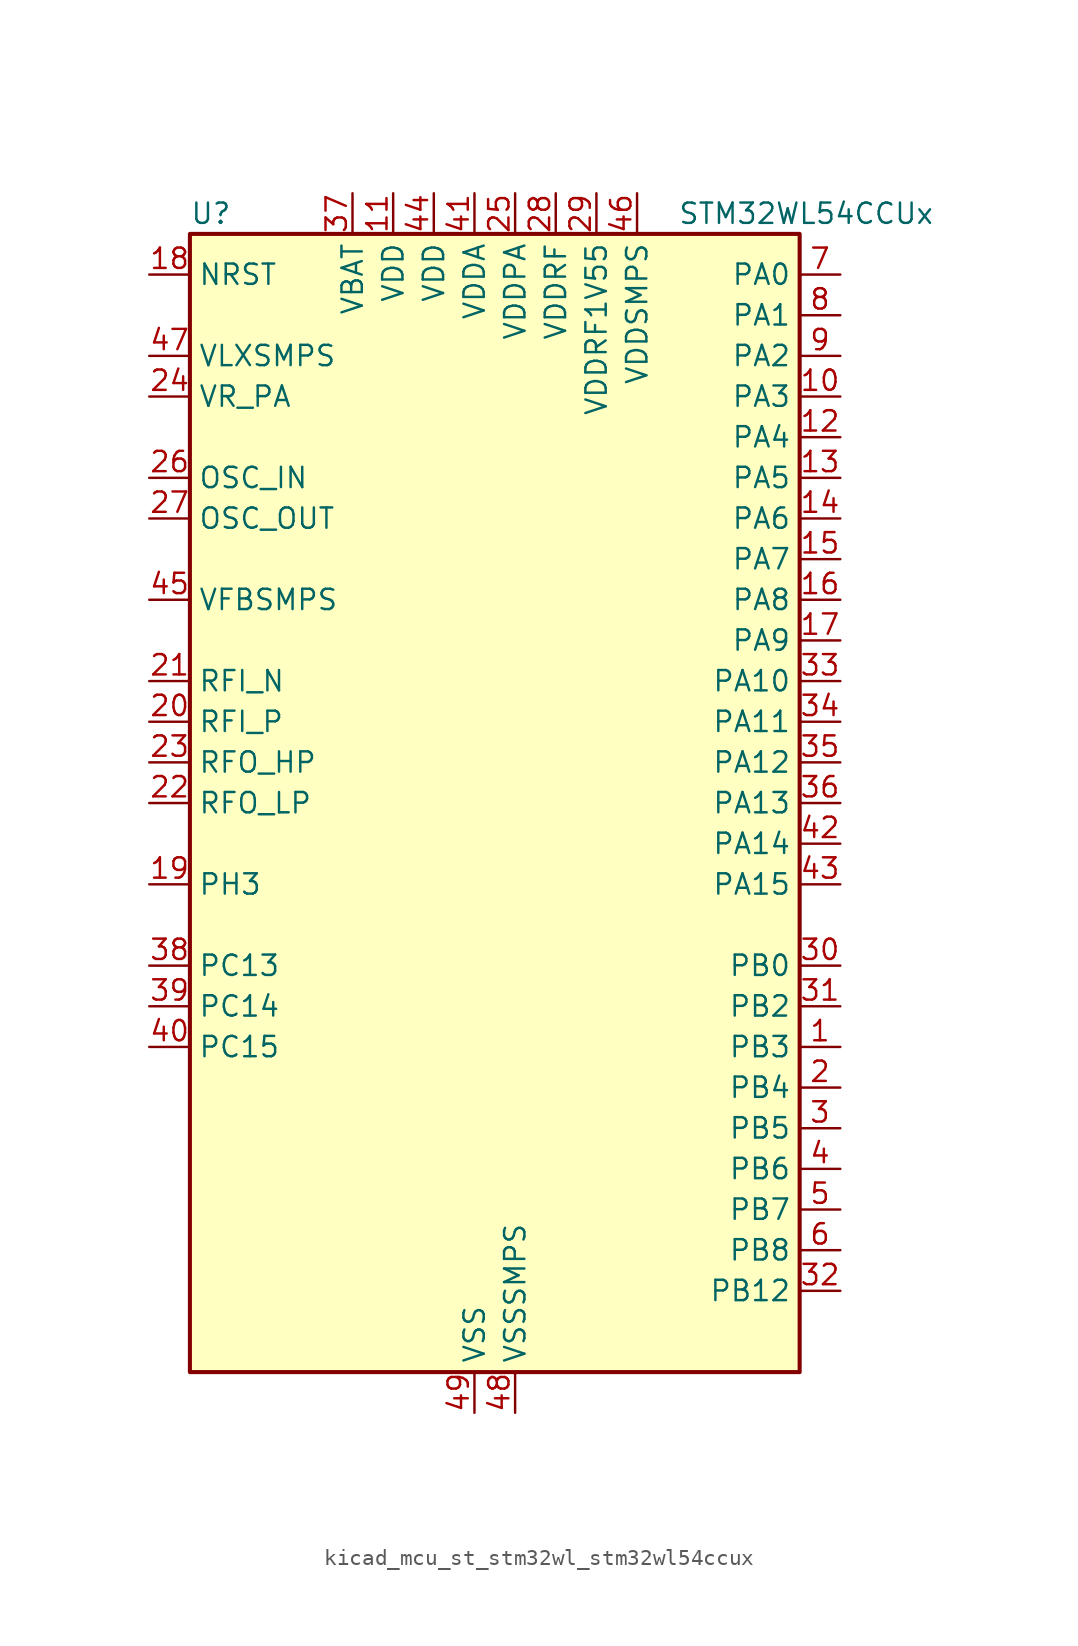
<source format=kicad_sym>
(kicad_symbol_lib
  (version 20220914)
  (generator kicad_symbol_editor)
  (symbol "kicad_mcu_st_stm32wl_stm32wl54ccux"
    (property "Reference" "U"
      (at -17.78 36.83 0)
      (effects (font (size 1.27 1.27)) (justify left)))
    (property "Value" "STM32WL54CCUx"
      (at 12.7 36.83 0)
      (effects (font (size 1.27 1.27)) (justify left)))
    (property "ki_locked" ""
      (at 0 0 0)
      (effects (font (size 1.27 1.27))))
    (symbol "kicad_mcu_st_stm32wl_stm32wl54ccux_0_1"
      (rectangle (start -17.78 -35.56) (end 20.32 35.56) (stroke (width 0.254) (type default)) (fill (type background))))
    (symbol "kicad_mcu_st_stm32wl_stm32wl54ccux_1_1"
      (pin bidirectional line (at 22.86 -15.24 180) (length 2.54) (name "PB3" (effects (font (size 1.27 1.27)))) (number "1" (effects (font (size 1.27 1.27)))) (alternate "ADC_IN2" bidirectional line) (alternate "COMP1_INM" bidirectional line) (alternate "COMP2_INM" bidirectional line) (alternate "DEBUG_JTDO-SWO" bidirectional line) (alternate "DEBUG_RF-DTB1" bidirectional line) (alternate "PWR_WKUP3" bidirectional line) (alternate "RTC_TAMP_IN3" bidirectional line) (alternate "SPI1_SCK" bidirectional line) (alternate "TIM2_CH2" bidirectional line) (alternate "USART1_DE" bidirectional line) (alternate "USART1_RTS" bidirectional line))
      (pin bidirectional line (at 22.86 25.4 180) (length 2.54) (name "PA3" (effects (font (size 1.27 1.27)))) (number "10" (effects (font (size 1.27 1.27)))) (alternate "I2S2_MCK" bidirectional line) (alternate "LPUART1_RX" bidirectional line) (alternate "TIM2_CH4" bidirectional line) (alternate "USART2_RX" bidirectional line))
      (pin power_in line (at -5.08 38.1 270) (length 2.54) (name "VDD" (effects (font (size 1.27 1.27)))) (number "11" (effects (font (size 1.27 1.27)))))
      (pin bidirectional line (at 22.86 22.86 180) (length 2.54) (name "PA4" (effects (font (size 1.27 1.27)))) (number "12" (effects (font (size 1.27 1.27)))) (alternate "DEBUG_SUBGHZSPI-NSSOUT" bidirectional line) (alternate "LPTIM1_OUT" bidirectional line) (alternate "LPTIM2_OUT" bidirectional line) (alternate "RTC_OUT2" bidirectional line) (alternate "SPI1_NSS" bidirectional line) (alternate "USART2_CK" bidirectional line))
      (pin bidirectional line (at 22.86 20.32 180) (length 2.54) (name "PA5" (effects (font (size 1.27 1.27)))) (number "13" (effects (font (size 1.27 1.27)))) (alternate "DEBUG_SUBGHZSPI-SCKOUT" bidirectional line) (alternate "LPTIM2_ETR" bidirectional line) (alternate "SPI1_SCK" bidirectional line) (alternate "SPI2_MISO" bidirectional line) (alternate "TIM2_CH1" bidirectional line) (alternate "TIM2_ETR" bidirectional line))
      (pin bidirectional line (at 22.86 17.78 180) (length 2.54) (name "PA6" (effects (font (size 1.27 1.27)))) (number "14" (effects (font (size 1.27 1.27)))) (alternate "DEBUG_SUBGHZSPI-MISOOUT" bidirectional line) (alternate "I2C2_SMBA" bidirectional line) (alternate "LPUART1_CTS" bidirectional line) (alternate "SPI1_MISO" bidirectional line) (alternate "TIM16_CH1" bidirectional line) (alternate "TIM1_BKIN" bidirectional line))
      (pin bidirectional line (at 22.86 15.24 180) (length 2.54) (name "PA7" (effects (font (size 1.27 1.27)))) (number "15" (effects (font (size 1.27 1.27)))) (alternate "COMP2_OUT" bidirectional line) (alternate "DEBUG_SUBGHZSPI-MOSIOUT" bidirectional line) (alternate "I2C3_SCL" bidirectional line) (alternate "SPI1_MOSI" bidirectional line) (alternate "TIM17_CH1" bidirectional line) (alternate "TIM1_CH1N" bidirectional line))
      (pin bidirectional line (at 22.86 12.7 180) (length 2.54) (name "PA8" (effects (font (size 1.27 1.27)))) (number "16" (effects (font (size 1.27 1.27)))) (alternate "I2S2_CK" bidirectional line) (alternate "LPTIM2_OUT" bidirectional line) (alternate "RCC_MCO" bidirectional line) (alternate "SPI2_SCK" bidirectional line) (alternate "TIM1_CH1" bidirectional line) (alternate "USART1_CK" bidirectional line))
      (pin bidirectional line (at 22.86 10.16 180) (length 2.54) (name "PA9" (effects (font (size 1.27 1.27)))) (number "17" (effects (font (size 1.27 1.27)))) (alternate "DAC_EXTI9" bidirectional line) (alternate "I2C1_SCL" bidirectional line) (alternate "I2S2_CK" bidirectional line) (alternate "I2S2_WS" bidirectional line) (alternate "SPI2_NSS" bidirectional line) (alternate "SPI2_SCK" bidirectional line) (alternate "TIM1_CH2" bidirectional line) (alternate "USART1_TX" bidirectional line))
      (pin input line (at -20.32 33.02 0) (length 2.54) (name "NRST" (effects (font (size 1.27 1.27)))) (number "18" (effects (font (size 1.27 1.27)))))
      (pin bidirectional line (at -20.32 -5.08 0) (length 2.54) (name "PH3" (effects (font (size 1.27 1.27)))) (number "19" (effects (font (size 1.27 1.27)))))
      (pin bidirectional line (at 22.86 -17.78 180) (length 2.54) (name "PB4" (effects (font (size 1.27 1.27)))) (number "2" (effects (font (size 1.27 1.27)))) (alternate "ADC_IN3" bidirectional line) (alternate "COMP1_INP" bidirectional line) (alternate "COMP2_INP" bidirectional line) (alternate "DEBUG_JTRST" bidirectional line) (alternate "DEBUG_RF-LDORDY" bidirectional line) (alternate "I2C3_SDA" bidirectional line) (alternate "SPI1_MISO" bidirectional line) (alternate "TIM17_BKIN" bidirectional line) (alternate "USART1_CTS" bidirectional line) (alternate "USART1_NSS" bidirectional line))
      (pin bidirectional line (at -20.32 5.08 0) (length 2.54) (name "RFI_P" (effects (font (size 1.27 1.27)))) (number "20" (effects (font (size 1.27 1.27)))))
      (pin bidirectional line (at -20.32 7.62 0) (length 2.54) (name "RFI_N" (effects (font (size 1.27 1.27)))) (number "21" (effects (font (size 1.27 1.27)))))
      (pin bidirectional line (at -20.32 0 0) (length 2.54) (name "RFO_LP" (effects (font (size 1.27 1.27)))) (number "22" (effects (font (size 1.27 1.27)))))
      (pin bidirectional line (at -20.32 2.54 0) (length 2.54) (name "RFO_HP" (effects (font (size 1.27 1.27)))) (number "23" (effects (font (size 1.27 1.27)))))
      (pin power_in line (at -20.32 25.4 0) (length 2.54) (name "VR_PA" (effects (font (size 1.27 1.27)))) (number "24" (effects (font (size 1.27 1.27)))))
      (pin power_in line (at 2.54 38.1 270) (length 2.54) (name "VDDPA" (effects (font (size 1.27 1.27)))) (number "25" (effects (font (size 1.27 1.27)))))
      (pin input line (at -20.32 20.32 0) (length 2.54) (name "OSC_IN" (effects (font (size 1.27 1.27)))) (number "26" (effects (font (size 1.27 1.27)))) (alternate "RCC_OSC_IN" bidirectional line))
      (pin input line (at -20.32 17.78 0) (length 2.54) (name "OSC_OUT" (effects (font (size 1.27 1.27)))) (number "27" (effects (font (size 1.27 1.27)))) (alternate "RCC_OSC_OUT" bidirectional line))
      (pin power_in line (at 5.08 38.1 270) (length 2.54) (name "VDDRF" (effects (font (size 1.27 1.27)))) (number "28" (effects (font (size 1.27 1.27)))))
      (pin power_in line (at 7.62 38.1 270) (length 2.54) (name "VDDRF1V55" (effects (font (size 1.27 1.27)))) (number "29" (effects (font (size 1.27 1.27)))))
      (pin bidirectional line (at 22.86 -20.32 180) (length 2.54) (name "PB5" (effects (font (size 1.27 1.27)))) (number "3" (effects (font (size 1.27 1.27)))) (alternate "COMP2_OUT" bidirectional line) (alternate "I2C1_SMBA" bidirectional line) (alternate "LPTIM1_IN1" bidirectional line) (alternate "SPI1_MOSI" bidirectional line) (alternate "TIM16_BKIN" bidirectional line) (alternate "USART1_CK" bidirectional line))
      (pin bidirectional line (at 22.86 -10.16 180) (length 2.54) (name "PB0" (effects (font (size 1.27 1.27)))) (number "30" (effects (font (size 1.27 1.27)))) (alternate "COMP1_OUT" bidirectional line) (alternate "VDDTCXO" bidirectional line))
      (pin bidirectional line (at 22.86 -12.7 180) (length 2.54) (name "PB2" (effects (font (size 1.27 1.27)))) (number "31" (effects (font (size 1.27 1.27)))) (alternate "ADC_IN4" bidirectional line) (alternate "COMP1_INP" bidirectional line) (alternate "COMP2_INM" bidirectional line) (alternate "DEBUG_RF-SMPSRDY" bidirectional line) (alternate "I2C3_SMBA" bidirectional line) (alternate "LPTIM1_OUT" bidirectional line) (alternate "SPI1_NSS" bidirectional line))
      (pin bidirectional line (at 22.86 -30.48 180) (length 2.54) (name "PB12" (effects (font (size 1.27 1.27)))) (number "32" (effects (font (size 1.27 1.27)))) (alternate "I2C3_SMBA" bidirectional line) (alternate "I2S2_WS" bidirectional line) (alternate "LPUART1_RTS" bidirectional line) (alternate "SPI2_NSS" bidirectional line) (alternate "TIM1_BKIN" bidirectional line))
      (pin bidirectional line (at 22.86 7.62 180) (length 2.54) (name "PA10" (effects (font (size 1.27 1.27)))) (number "33" (effects (font (size 1.27 1.27)))) (alternate "ADC_IN6" bidirectional line) (alternate "COMP1_INM" bidirectional line) (alternate "COMP2_INM" bidirectional line) (alternate "DAC_OUT1" bidirectional line) (alternate "DEBUG_RF-HSE32RDY" bidirectional line) (alternate "I2C1_SDA" bidirectional line) (alternate "I2S2_SD" bidirectional line) (alternate "RTC_REFIN" bidirectional line) (alternate "SPI2_MOSI" bidirectional line) (alternate "TIM17_BKIN" bidirectional line) (alternate "TIM1_CH3" bidirectional line) (alternate "USART1_RX" bidirectional line))
      (pin bidirectional line (at 22.86 5.08 180) (length 2.54) (name "PA11" (effects (font (size 1.27 1.27)))) (number "34" (effects (font (size 1.27 1.27)))) (alternate "ADC_EXTI11" bidirectional line) (alternate "ADC_IN7" bidirectional line) (alternate "COMP1_INM" bidirectional line) (alternate "COMP2_INM" bidirectional line) (alternate "DEBUG_RF-NRESET" bidirectional line) (alternate "I2C2_SDA" bidirectional line) (alternate "LPTIM3_ETR" bidirectional line) (alternate "SPI1_MISO" bidirectional line) (alternate "TIM1_BKIN2" bidirectional line) (alternate "TIM1_CH4" bidirectional line) (alternate "USART1_CTS" bidirectional line) (alternate "USART1_NSS" bidirectional line))
      (pin bidirectional line (at 22.86 2.54 180) (length 2.54) (name "PA12" (effects (font (size 1.27 1.27)))) (number "35" (effects (font (size 1.27 1.27)))) (alternate "ADC_IN8" bidirectional line) (alternate "DEBUG_RF-BUSY" bidirectional line) (alternate "I2C2_SCL" bidirectional line) (alternate "LPTIM3_IN1" bidirectional line) (alternate "SPI1_MOSI" bidirectional line) (alternate "TIM1_ETR" bidirectional line) (alternate "USART1_DE" bidirectional line) (alternate "USART1_RTS" bidirectional line))
      (pin bidirectional line (at 22.86 0 180) (length 2.54) (name "PA13" (effects (font (size 1.27 1.27)))) (number "36" (effects (font (size 1.27 1.27)))) (alternate "ADC_IN9" bidirectional line) (alternate "DEBUG_JTMS-SWDIO" bidirectional line) (alternate "I2C2_SMBA" bidirectional line) (alternate "IR_OUT" bidirectional line))
      (pin power_in line (at -7.62 38.1 270) (length 2.54) (name "VBAT" (effects (font (size 1.27 1.27)))) (number "37" (effects (font (size 1.27 1.27)))))
      (pin bidirectional line (at -20.32 -10.16 0) (length 2.54) (name "PC13" (effects (font (size 1.27 1.27)))) (number "38" (effects (font (size 1.27 1.27)))) (alternate "PWR_WKUP2" bidirectional line) (alternate "RTC_OUT1" bidirectional line) (alternate "RTC_TAMP_IN1" bidirectional line) (alternate "RTC_TS" bidirectional line))
      (pin bidirectional line (at -20.32 -12.7 0) (length 2.54) (name "PC14" (effects (font (size 1.27 1.27)))) (number "39" (effects (font (size 1.27 1.27)))) (alternate "RCC_OSC32_IN" bidirectional line))
      (pin bidirectional line (at 22.86 -22.86 180) (length 2.54) (name "PB6" (effects (font (size 1.27 1.27)))) (number "4" (effects (font (size 1.27 1.27)))) (alternate "I2C1_SCL" bidirectional line) (alternate "LPTIM1_ETR" bidirectional line) (alternate "TIM16_CH1N" bidirectional line) (alternate "USART1_TX" bidirectional line))
      (pin bidirectional line (at -20.32 -15.24 0) (length 2.54) (name "PC15" (effects (font (size 1.27 1.27)))) (number "40" (effects (font (size 1.27 1.27)))) (alternate "RCC_OSC32_OUT" bidirectional line))
      (pin power_in line (at 0 38.1 270) (length 2.54) (name "VDDA" (effects (font (size 1.27 1.27)))) (number "41" (effects (font (size 1.27 1.27)))))
      (pin bidirectional line (at 22.86 -2.54 180) (length 2.54) (name "PA14" (effects (font (size 1.27 1.27)))) (number "42" (effects (font (size 1.27 1.27)))) (alternate "ADC_IN10" bidirectional line) (alternate "DEBUG_JTCK-SWCLK" bidirectional line) (alternate "I2C1_SMBA" bidirectional line) (alternate "LPTIM1_OUT" bidirectional line))
      (pin bidirectional line (at 22.86 -5.08 180) (length 2.54) (name "PA15" (effects (font (size 1.27 1.27)))) (number "43" (effects (font (size 1.27 1.27)))) (alternate "ADC_IN11" bidirectional line) (alternate "COMP1_INM" bidirectional line) (alternate "COMP2_INP" bidirectional line) (alternate "DEBUG_JTDI" bidirectional line) (alternate "I2C2_SDA" bidirectional line) (alternate "SPI1_NSS" bidirectional line) (alternate "TIM2_CH1" bidirectional line) (alternate "TIM2_ETR" bidirectional line))
      (pin power_in line (at -2.54 38.1 270) (length 2.54) (name "VDD" (effects (font (size 1.27 1.27)))) (number "44" (effects (font (size 1.27 1.27)))))
      (pin input line (at -20.32 12.7 0) (length 2.54) (name "VFBSMPS" (effects (font (size 1.27 1.27)))) (number "45" (effects (font (size 1.27 1.27)))))
      (pin power_in line (at 10.16 38.1 270) (length 2.54) (name "VDDSMPS" (effects (font (size 1.27 1.27)))) (number "46" (effects (font (size 1.27 1.27)))))
      (pin power_in line (at -20.32 27.94 0) (length 2.54) (name "VLXSMPS" (effects (font (size 1.27 1.27)))) (number "47" (effects (font (size 1.27 1.27)))))
      (pin power_in line (at 2.54 -38.1 90) (length 2.54) (name "VSSSMPS" (effects (font (size 1.27 1.27)))) (number "48" (effects (font (size 1.27 1.27)))))
      (pin power_in line (at 0 -38.1 90) (length 2.54) (name "VSS" (effects (font (size 1.27 1.27)))) (number "49" (effects (font (size 1.27 1.27)))))
      (pin bidirectional line (at 22.86 -25.4 180) (length 2.54) (name "PB7" (effects (font (size 1.27 1.27)))) (number "5" (effects (font (size 1.27 1.27)))) (alternate "I2C1_SDA" bidirectional line) (alternate "LPTIM1_IN2" bidirectional line) (alternate "PWR_PVD_IN" bidirectional line) (alternate "TIM17_CH1N" bidirectional line) (alternate "TIM1_BKIN" bidirectional line) (alternate "USART1_RX" bidirectional line))
      (pin bidirectional line (at 22.86 -27.94 180) (length 2.54) (name "PB8" (effects (font (size 1.27 1.27)))) (number "6" (effects (font (size 1.27 1.27)))) (alternate "I2C1_SCL" bidirectional line) (alternate "TIM16_CH1" bidirectional line) (alternate "TIM1_CH2N" bidirectional line))
      (pin bidirectional line (at 22.86 33.02 180) (length 2.54) (name "PA0" (effects (font (size 1.27 1.27)))) (number "7" (effects (font (size 1.27 1.27)))) (alternate "COMP1_OUT" bidirectional line) (alternate "DEBUG_PWR-REGLP1S" bidirectional line) (alternate "I2C3_SMBA" bidirectional line) (alternate "I2S_CKIN" bidirectional line) (alternate "PWR_WKUP1" bidirectional line) (alternate "RTC_TAMP_IN2" bidirectional line) (alternate "TIM2_CH1" bidirectional line) (alternate "TIM2_ETR" bidirectional line) (alternate "USART2_CTS" bidirectional line) (alternate "USART2_NSS" bidirectional line))
      (pin bidirectional line (at 22.86 30.48 180) (length 2.54) (name "PA1" (effects (font (size 1.27 1.27)))) (number "8" (effects (font (size 1.27 1.27)))) (alternate "DEBUG_PWR-REGLP2S" bidirectional line) (alternate "I2C1_SMBA" bidirectional line) (alternate "LPTIM3_OUT" bidirectional line) (alternate "LPUART1_RTS" bidirectional line) (alternate "SPI1_SCK" bidirectional line) (alternate "TIM2_CH2" bidirectional line) (alternate "USART2_DE" bidirectional line) (alternate "USART2_RTS" bidirectional line))
      (pin bidirectional line (at 22.86 27.94 180) (length 2.54) (name "PA2" (effects (font (size 1.27 1.27)))) (number "9" (effects (font (size 1.27 1.27)))) (alternate "COMP2_OUT" bidirectional line) (alternate "DEBUG_PWR-LDORDY" bidirectional line) (alternate "LPUART1_TX" bidirectional line) (alternate "RCC_LSCO" bidirectional line) (alternate "TIM2_CH3" bidirectional line) (alternate "USART2_TX" bidirectional line)))))
</source>
